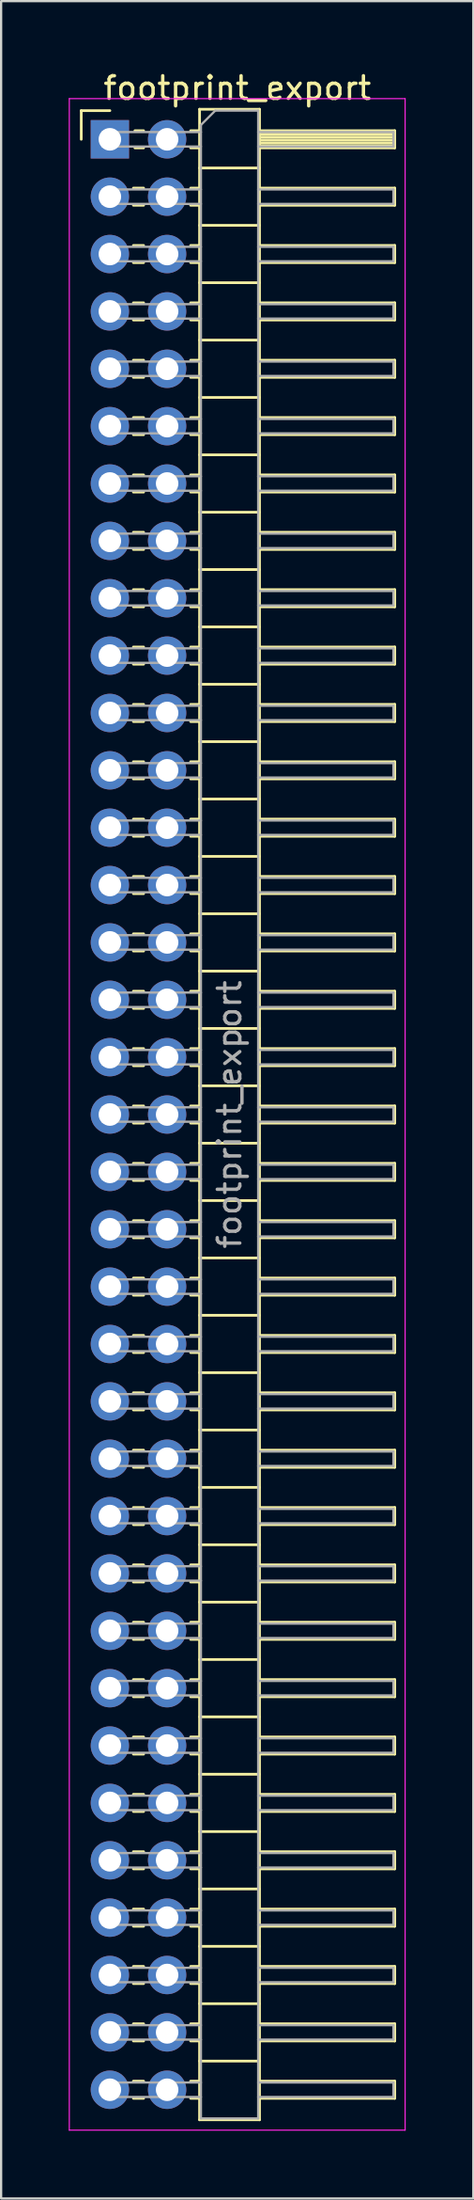
<source format=kicad_pcb>
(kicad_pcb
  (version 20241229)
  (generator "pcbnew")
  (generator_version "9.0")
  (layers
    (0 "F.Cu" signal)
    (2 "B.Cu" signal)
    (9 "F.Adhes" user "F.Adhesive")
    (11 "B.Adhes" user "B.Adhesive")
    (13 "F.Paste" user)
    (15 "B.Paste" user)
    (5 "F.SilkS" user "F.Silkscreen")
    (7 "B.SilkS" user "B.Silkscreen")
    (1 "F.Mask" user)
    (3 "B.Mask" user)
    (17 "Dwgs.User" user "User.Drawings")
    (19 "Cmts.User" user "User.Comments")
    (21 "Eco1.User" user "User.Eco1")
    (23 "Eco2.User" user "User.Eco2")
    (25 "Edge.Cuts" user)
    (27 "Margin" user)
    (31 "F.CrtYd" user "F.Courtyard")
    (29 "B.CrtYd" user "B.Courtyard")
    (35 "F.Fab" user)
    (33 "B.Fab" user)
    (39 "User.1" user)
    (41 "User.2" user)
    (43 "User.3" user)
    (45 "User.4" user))
  (footprint "footprint_export"
    (layer "F.Cu")
    (at 1.825 3.118)
    (property "Reference" "footprint_export" (at 5.655 -2.27 0) (layer "F.SilkS") (effects (font (size 1 1) (thickness 0.15))))
    (attr through_hole)
    (fp_line (start -1.27 -1.27) (end 0 -1.27) (stroke (width 0.12) (type solid)) (layer "F.SilkS"))
    (fp_line (start -1.27 0) (end -1.27 -1.27) (stroke (width 0.12) (type solid)) (layer "F.SilkS"))
    (fp_line (start 1.043 2.16) (end 1.497 2.16) (stroke (width 0.12) (type solid)) (layer "F.SilkS"))
    (fp_line (start 1.043 2.92) (end 1.497 2.92) (stroke (width 0.12) (type solid)) (layer "F.SilkS"))
    (fp_line (start 1.043 4.7) (end 1.497 4.7) (stroke (width 0.12) (type solid)) (layer "F.SilkS"))
    (fp_line (start 1.043 5.46) (end 1.497 5.46) (stroke (width 0.12) (type solid)) (layer "F.SilkS"))
    (fp_line (start 1.043 7.24) (end 1.497 7.24) (stroke (width 0.12) (type solid)) (layer "F.SilkS"))
    (fp_line (start 1.043 8) (end 1.497 8) (stroke (width 0.12) (type solid)) (layer "F.SilkS"))
    (fp_line (start 1.043 9.78) (end 1.497 9.78) (stroke (width 0.12) (type solid)) (layer "F.SilkS"))
    (fp_line (start 1.043 10.54) (end 1.497 10.54) (stroke (width 0.12) (type solid)) (layer "F.SilkS"))
    (fp_line (start 1.043 12.32) (end 1.497 12.32) (stroke (width 0.12) (type solid)) (layer "F.SilkS"))
    (fp_line (start 1.043 13.08) (end 1.497 13.08) (stroke (width 0.12) (type solid)) (layer "F.SilkS"))
    (fp_line (start 1.043 14.86) (end 1.497 14.86) (stroke (width 0.12) (type solid)) (layer "F.SilkS"))
    (fp_line (start 1.043 15.62) (end 1.497 15.62) (stroke (width 0.12) (type solid)) (layer "F.SilkS"))
    (fp_line (start 1.043 17.4) (end 1.497 17.4) (stroke (width 0.12) (type solid)) (layer "F.SilkS"))
    (fp_line (start 1.043 18.16) (end 1.497 18.16) (stroke (width 0.12) (type solid)) (layer "F.SilkS"))
    (fp_line (start 1.043 19.94) (end 1.497 19.94) (stroke (width 0.12) (type solid)) (layer "F.SilkS"))
    (fp_line (start 1.043 20.7) (end 1.497 20.7) (stroke (width 0.12) (type solid)) (layer "F.SilkS"))
    (fp_line (start 1.043 22.48) (end 1.497 22.48) (stroke (width 0.12) (type solid)) (layer "F.SilkS"))
    (fp_line (start 1.043 23.24) (end 1.497 23.24) (stroke (width 0.12) (type solid)) (layer "F.SilkS"))
    (fp_line (start 1.043 25.02) (end 1.497 25.02) (stroke (width 0.12) (type solid)) (layer "F.SilkS"))
    (fp_line (start 1.043 25.78) (end 1.497 25.78) (stroke (width 0.12) (type solid)) (layer "F.SilkS"))
    (fp_line (start 1.043 27.56) (end 1.497 27.56) (stroke (width 0.12) (type solid)) (layer "F.SilkS"))
    (fp_line (start 1.043 28.32) (end 1.497 28.32) (stroke (width 0.12) (type solid)) (layer "F.SilkS"))
    (fp_line (start 1.043 30.1) (end 1.497 30.1) (stroke (width 0.12) (type solid)) (layer "F.SilkS"))
    (fp_line (start 1.043 30.86) (end 1.497 30.86) (stroke (width 0.12) (type solid)) (layer "F.SilkS"))
    (fp_line (start 1.043 32.64) (end 1.497 32.64) (stroke (width 0.12) (type solid)) (layer "F.SilkS"))
    (fp_line (start 1.043 33.4) (end 1.497 33.4) (stroke (width 0.12) (type solid)) (layer "F.SilkS"))
    (fp_line (start 1.043 35.18) (end 1.497 35.18) (stroke (width 0.12) (type solid)) (layer "F.SilkS"))
    (fp_line (start 1.043 35.94) (end 1.497 35.94) (stroke (width 0.12) (type solid)) (layer "F.SilkS"))
    (fp_line (start 1.043 37.72) (end 1.497 37.72) (stroke (width 0.12) (type solid)) (layer "F.SilkS"))
    (fp_line (start 1.043 38.48) (end 1.497 38.48) (stroke (width 0.12) (type solid)) (layer "F.SilkS"))
    (fp_line (start 1.043 40.26) (end 1.497 40.26) (stroke (width 0.12) (type solid)) (layer "F.SilkS"))
    (fp_line (start 1.043 41.02) (end 1.497 41.02) (stroke (width 0.12) (type solid)) (layer "F.SilkS"))
    (fp_line (start 1.043 42.8) (end 1.497 42.8) (stroke (width 0.12) (type solid)) (layer "F.SilkS"))
    (fp_line (start 1.043 43.56) (end 1.497 43.56) (stroke (width 0.12) (type solid)) (layer "F.SilkS"))
    (fp_line (start 1.043 45.34) (end 1.497 45.34) (stroke (width 0.12) (type solid)) (layer "F.SilkS"))
    (fp_line (start 1.043 46.1) (end 1.497 46.1) (stroke (width 0.12) (type solid)) (layer "F.SilkS"))
    (fp_line (start 1.043 47.88) (end 1.497 47.88) (stroke (width 0.12) (type solid)) (layer "F.SilkS"))
    (fp_line (start 1.043 48.64) (end 1.497 48.64) (stroke (width 0.12) (type solid)) (layer "F.SilkS"))
    (fp_line (start 1.043 50.42) (end 1.497 50.42) (stroke (width 0.12) (type solid)) (layer "F.SilkS"))
    (fp_line (start 1.043 51.18) (end 1.497 51.18) (stroke (width 0.12) (type solid)) (layer "F.SilkS"))
    (fp_line (start 1.043 52.96) (end 1.497 52.96) (stroke (width 0.12) (type solid)) (layer "F.SilkS"))
    (fp_line (start 1.043 53.72) (end 1.497 53.72) (stroke (width 0.12) (type solid)) (layer "F.SilkS"))
    (fp_line (start 1.043 55.5) (end 1.497 55.5) (stroke (width 0.12) (type solid)) (layer "F.SilkS"))
    (fp_line (start 1.043 56.26) (end 1.497 56.26) (stroke (width 0.12) (type solid)) (layer "F.SilkS"))
    (fp_line (start 1.043 58.04) (end 1.497 58.04) (stroke (width 0.12) (type solid)) (layer "F.SilkS"))
    (fp_line (start 1.043 58.8) (end 1.497 58.8) (stroke (width 0.12) (type solid)) (layer "F.SilkS"))
    (fp_line (start 1.043 60.58) (end 1.497 60.58) (stroke (width 0.12) (type solid)) (layer "F.SilkS"))
    (fp_line (start 1.043 61.34) (end 1.497 61.34) (stroke (width 0.12) (type solid)) (layer "F.SilkS"))
    (fp_line (start 1.043 63.12) (end 1.497 63.12) (stroke (width 0.12) (type solid)) (layer "F.SilkS"))
    (fp_line (start 1.043 63.88) (end 1.497 63.88) (stroke (width 0.12) (type solid)) (layer "F.SilkS"))
    (fp_line (start 1.043 65.66) (end 1.497 65.66) (stroke (width 0.12) (type solid)) (layer "F.SilkS"))
    (fp_line (start 1.043 66.42) (end 1.497 66.42) (stroke (width 0.12) (type solid)) (layer "F.SilkS"))
    (fp_line (start 1.043 68.2) (end 1.497 68.2) (stroke (width 0.12) (type solid)) (layer "F.SilkS"))
    (fp_line (start 1.043 68.96) (end 1.497 68.96) (stroke (width 0.12) (type solid)) (layer "F.SilkS"))
    (fp_line (start 1.043 70.74) (end 1.497 70.74) (stroke (width 0.12) (type solid)) (layer "F.SilkS"))
    (fp_line (start 1.043 71.5) (end 1.497 71.5) (stroke (width 0.12) (type solid)) (layer "F.SilkS"))
    (fp_line (start 1.043 73.28) (end 1.497 73.28) (stroke (width 0.12) (type solid)) (layer "F.SilkS"))
    (fp_line (start 1.043 74.04) (end 1.497 74.04) (stroke (width 0.12) (type solid)) (layer "F.SilkS"))
    (fp_line (start 1.043 75.82) (end 1.497 75.82) (stroke (width 0.12) (type solid)) (layer "F.SilkS"))
    (fp_line (start 1.043 76.58) (end 1.497 76.58) (stroke (width 0.12) (type solid)) (layer "F.SilkS"))
    (fp_line (start 1.043 78.36) (end 1.497 78.36) (stroke (width 0.12) (type solid)) (layer "F.SilkS"))
    (fp_line (start 1.043 79.12) (end 1.497 79.12) (stroke (width 0.12) (type solid)) (layer "F.SilkS"))
    (fp_line (start 1.043 80.9) (end 1.497 80.9) (stroke (width 0.12) (type solid)) (layer "F.SilkS"))
    (fp_line (start 1.043 81.66) (end 1.497 81.66) (stroke (width 0.12) (type solid)) (layer "F.SilkS"))
    (fp_line (start 1.043 83.44) (end 1.497 83.44) (stroke (width 0.12) (type solid)) (layer "F.SilkS"))
    (fp_line (start 1.043 84.2) (end 1.497 84.2) (stroke (width 0.12) (type solid)) (layer "F.SilkS"))
    (fp_line (start 1.043 85.98) (end 1.497 85.98) (stroke (width 0.12) (type solid)) (layer "F.SilkS"))
    (fp_line (start 1.043 86.74) (end 1.497 86.74) (stroke (width 0.12) (type solid)) (layer "F.SilkS"))
    (fp_line (start 1.11 -0.38) (end 1.497 -0.38) (stroke (width 0.12) (type solid)) (layer "F.SilkS"))
    (fp_line (start 1.11 0.38) (end 1.497 0.38) (stroke (width 0.12) (type solid)) (layer "F.SilkS"))
    (fp_line (start 3.583 -0.38) (end 3.98 -0.38) (stroke (width 0.12) (type solid)) (layer "F.SilkS"))
    (fp_line (start 3.583 0.38) (end 3.98 0.38) (stroke (width 0.12) (type solid)) (layer "F.SilkS"))
    (fp_line (start 3.583 2.16) (end 3.98 2.16) (stroke (width 0.12) (type solid)) (layer "F.SilkS"))
    (fp_line (start 3.583 2.92) (end 3.98 2.92) (stroke (width 0.12) (type solid)) (layer "F.SilkS"))
    (fp_line (start 3.583 4.7) (end 3.98 4.7) (stroke (width 0.12) (type solid)) (layer "F.SilkS"))
    (fp_line (start 3.583 5.46) (end 3.98 5.46) (stroke (width 0.12) (type solid)) (layer "F.SilkS"))
    (fp_line (start 3.583 7.24) (end 3.98 7.24) (stroke (width 0.12) (type solid)) (layer "F.SilkS"))
    (fp_line (start 3.583 8) (end 3.98 8) (stroke (width 0.12) (type solid)) (layer "F.SilkS"))
    (fp_line (start 3.583 9.78) (end 3.98 9.78) (stroke (width 0.12) (type solid)) (layer "F.SilkS"))
    (fp_line (start 3.583 10.54) (end 3.98 10.54) (stroke (width 0.12) (type solid)) (layer "F.SilkS"))
    (fp_line (start 3.583 12.32) (end 3.98 12.32) (stroke (width 0.12) (type solid)) (layer "F.SilkS"))
    (fp_line (start 3.583 13.08) (end 3.98 13.08) (stroke (width 0.12) (type solid)) (layer "F.SilkS"))
    (fp_line (start 3.583 14.86) (end 3.98 14.86) (stroke (width 0.12) (type solid)) (layer "F.SilkS"))
    (fp_line (start 3.583 15.62) (end 3.98 15.62) (stroke (width 0.12) (type solid)) (layer "F.SilkS"))
    (fp_line (start 3.583 17.4) (end 3.98 17.4) (stroke (width 0.12) (type solid)) (layer "F.SilkS"))
    (fp_line (start 3.583 18.16) (end 3.98 18.16) (stroke (width 0.12) (type solid)) (layer "F.SilkS"))
    (fp_line (start 3.583 19.94) (end 3.98 19.94) (stroke (width 0.12) (type solid)) (layer "F.SilkS"))
    (fp_line (start 3.583 20.7) (end 3.98 20.7) (stroke (width 0.12) (type solid)) (layer "F.SilkS"))
    (fp_line (start 3.583 22.48) (end 3.98 22.48) (stroke (width 0.12) (type solid)) (layer "F.SilkS"))
    (fp_line (start 3.583 23.24) (end 3.98 23.24) (stroke (width 0.12) (type solid)) (layer "F.SilkS"))
    (fp_line (start 3.583 25.02) (end 3.98 25.02) (stroke (width 0.12) (type solid)) (layer "F.SilkS"))
    (fp_line (start 3.583 25.78) (end 3.98 25.78) (stroke (width 0.12) (type solid)) (layer "F.SilkS"))
    (fp_line (start 3.583 27.56) (end 3.98 27.56) (stroke (width 0.12) (type solid)) (layer "F.SilkS"))
    (fp_line (start 3.583 28.32) (end 3.98 28.32) (stroke (width 0.12) (type solid)) (layer "F.SilkS"))
    (fp_line (start 3.583 30.1) (end 3.98 30.1) (stroke (width 0.12) (type solid)) (layer "F.SilkS"))
    (fp_line (start 3.583 30.86) (end 3.98 30.86) (stroke (width 0.12) (type solid)) (layer "F.SilkS"))
    (fp_line (start 3.583 32.64) (end 3.98 32.64) (stroke (width 0.12) (type solid)) (layer "F.SilkS"))
    (fp_line (start 3.583 33.4) (end 3.98 33.4) (stroke (width 0.12) (type solid)) (layer "F.SilkS"))
    (fp_line (start 3.583 35.18) (end 3.98 35.18) (stroke (width 0.12) (type solid)) (layer "F.SilkS"))
    (fp_line (start 3.583 35.94) (end 3.98 35.94) (stroke (width 0.12) (type solid)) (layer "F.SilkS"))
    (fp_line (start 3.583 37.72) (end 3.98 37.72) (stroke (width 0.12) (type solid)) (layer "F.SilkS"))
    (fp_line (start 3.583 38.48) (end 3.98 38.48) (stroke (width 0.12) (type solid)) (layer "F.SilkS"))
    (fp_line (start 3.583 40.26) (end 3.98 40.26) (stroke (width 0.12) (type solid)) (layer "F.SilkS"))
    (fp_line (start 3.583 41.02) (end 3.98 41.02) (stroke (width 0.12) (type solid)) (layer "F.SilkS"))
    (fp_line (start 3.583 42.8) (end 3.98 42.8) (stroke (width 0.12) (type solid)) (layer "F.SilkS"))
    (fp_line (start 3.583 43.56) (end 3.98 43.56) (stroke (width 0.12) (type solid)) (layer "F.SilkS"))
    (fp_line (start 3.583 45.34) (end 3.98 45.34) (stroke (width 0.12) (type solid)) (layer "F.SilkS"))
    (fp_line (start 3.583 46.1) (end 3.98 46.1) (stroke (width 0.12) (type solid)) (layer "F.SilkS"))
    (fp_line (start 3.583 47.88) (end 3.98 47.88) (stroke (width 0.12) (type solid)) (layer "F.SilkS"))
    (fp_line (start 3.583 48.64) (end 3.98 48.64) (stroke (width 0.12) (type solid)) (layer "F.SilkS"))
    (fp_line (start 3.583 50.42) (end 3.98 50.42) (stroke (width 0.12) (type solid)) (layer "F.SilkS"))
    (fp_line (start 3.583 51.18) (end 3.98 51.18) (stroke (width 0.12) (type solid)) (layer "F.SilkS"))
    (fp_line (start 3.583 52.96) (end 3.98 52.96) (stroke (width 0.12) (type solid)) (layer "F.SilkS"))
    (fp_line (start 3.583 53.72) (end 3.98 53.72) (stroke (width 0.12) (type solid)) (layer "F.SilkS"))
    (fp_line (start 3.583 55.5) (end 3.98 55.5) (stroke (width 0.12) (type solid)) (layer "F.SilkS"))
    (fp_line (start 3.583 56.26) (end 3.98 56.26) (stroke (width 0.12) (type solid)) (layer "F.SilkS"))
    (fp_line (start 3.583 58.04) (end 3.98 58.04) (stroke (width 0.12) (type solid)) (layer "F.SilkS"))
    (fp_line (start 3.583 58.8) (end 3.98 58.8) (stroke (width 0.12) (type solid)) (layer "F.SilkS"))
    (fp_line (start 3.583 60.58) (end 3.98 60.58) (stroke (width 0.12) (type solid)) (layer "F.SilkS"))
    (fp_line (start 3.583 61.34) (end 3.98 61.34) (stroke (width 0.12) (type solid)) (layer "F.SilkS"))
    (fp_line (start 3.583 63.12) (end 3.98 63.12) (stroke (width 0.12) (type solid)) (layer "F.SilkS"))
    (fp_line (start 3.583 63.88) (end 3.98 63.88) (stroke (width 0.12) (type solid)) (layer "F.SilkS"))
    (fp_line (start 3.583 65.66) (end 3.98 65.66) (stroke (width 0.12) (type solid)) (layer "F.SilkS"))
    (fp_line (start 3.583 66.42) (end 3.98 66.42) (stroke (width 0.12) (type solid)) (layer "F.SilkS"))
    (fp_line (start 3.583 68.2) (end 3.98 68.2) (stroke (width 0.12) (type solid)) (layer "F.SilkS"))
    (fp_line (start 3.583 68.96) (end 3.98 68.96) (stroke (width 0.12) (type solid)) (layer "F.SilkS"))
    (fp_line (start 3.583 70.74) (end 3.98 70.74) (stroke (width 0.12) (type solid)) (layer "F.SilkS"))
    (fp_line (start 3.583 71.5) (end 3.98 71.5) (stroke (width 0.12) (type solid)) (layer "F.SilkS"))
    (fp_line (start 3.583 73.28) (end 3.98 73.28) (stroke (width 0.12) (type solid)) (layer "F.SilkS"))
    (fp_line (start 3.583 74.04) (end 3.98 74.04) (stroke (width 0.12) (type solid)) (layer "F.SilkS"))
    (fp_line (start 3.583 75.82) (end 3.98 75.82) (stroke (width 0.12) (type solid)) (layer "F.SilkS"))
    (fp_line (start 3.583 76.58) (end 3.98 76.58) (stroke (width 0.12) (type solid)) (layer "F.SilkS"))
    (fp_line (start 3.583 78.36) (end 3.98 78.36) (stroke (width 0.12) (type solid)) (layer "F.SilkS"))
    (fp_line (start 3.583 79.12) (end 3.98 79.12) (stroke (width 0.12) (type solid)) (layer "F.SilkS"))
    (fp_line (start 3.583 80.9) (end 3.98 80.9) (stroke (width 0.12) (type solid)) (layer "F.SilkS"))
    (fp_line (start 3.583 81.66) (end 3.98 81.66) (stroke (width 0.12) (type solid)) (layer "F.SilkS"))
    (fp_line (start 3.583 83.44) (end 3.98 83.44) (stroke (width 0.12) (type solid)) (layer "F.SilkS"))
    (fp_line (start 3.583 84.2) (end 3.98 84.2) (stroke (width 0.12) (type solid)) (layer "F.SilkS"))
    (fp_line (start 3.583 85.98) (end 3.98 85.98) (stroke (width 0.12) (type solid)) (layer "F.SilkS"))
    (fp_line (start 3.583 86.74) (end 3.98 86.74) (stroke (width 0.12) (type solid)) (layer "F.SilkS"))
    (fp_line (start 3.98 -1.33) (end 3.98 87.69) (stroke (width 0.12) (type solid)) (layer "F.SilkS"))
    (fp_line (start 3.98 1.27) (end 6.64 1.27) (stroke (width 0.12) (type solid)) (layer "F.SilkS"))
    (fp_line (start 3.98 3.81) (end 6.64 3.81) (stroke (width 0.12) (type solid)) (layer "F.SilkS"))
    (fp_line (start 3.98 6.35) (end 6.64 6.35) (stroke (width 0.12) (type solid)) (layer "F.SilkS"))
    (fp_line (start 3.98 8.89) (end 6.64 8.89) (stroke (width 0.12) (type solid)) (layer "F.SilkS"))
    (fp_line (start 3.98 11.43) (end 6.64 11.43) (stroke (width 0.12) (type solid)) (layer "F.SilkS"))
    (fp_line (start 3.98 13.97) (end 6.64 13.97) (stroke (width 0.12) (type solid)) (layer "F.SilkS"))
    (fp_line (start 3.98 16.51) (end 6.64 16.51) (stroke (width 0.12) (type solid)) (layer "F.SilkS"))
    (fp_line (start 3.98 19.05) (end 6.64 19.05) (stroke (width 0.12) (type solid)) (layer "F.SilkS"))
    (fp_line (start 3.98 21.59) (end 6.64 21.59) (stroke (width 0.12) (type solid)) (layer "F.SilkS"))
    (fp_line (start 3.98 24.13) (end 6.64 24.13) (stroke (width 0.12) (type solid)) (layer "F.SilkS"))
    (fp_line (start 3.98 26.67) (end 6.64 26.67) (stroke (width 0.12) (type solid)) (layer "F.SilkS"))
    (fp_line (start 3.98 29.21) (end 6.64 29.21) (stroke (width 0.12) (type solid)) (layer "F.SilkS"))
    (fp_line (start 3.98 31.75) (end 6.64 31.75) (stroke (width 0.12) (type solid)) (layer "F.SilkS"))
    (fp_line (start 3.98 34.29) (end 6.64 34.29) (stroke (width 0.12) (type solid)) (layer "F.SilkS"))
    (fp_line (start 3.98 36.83) (end 6.64 36.83) (stroke (width 0.12) (type solid)) (layer "F.SilkS"))
    (fp_line (start 3.98 39.37) (end 6.64 39.37) (stroke (width 0.12) (type solid)) (layer "F.SilkS"))
    (fp_line (start 3.98 41.91) (end 6.64 41.91) (stroke (width 0.12) (type solid)) (layer "F.SilkS"))
    (fp_line (start 3.98 44.45) (end 6.64 44.45) (stroke (width 0.12) (type solid)) (layer "F.SilkS"))
    (fp_line (start 3.98 46.99) (end 6.64 46.99) (stroke (width 0.12) (type solid)) (layer "F.SilkS"))
    (fp_line (start 3.98 49.53) (end 6.64 49.53) (stroke (width 0.12) (type solid)) (layer "F.SilkS"))
    (fp_line (start 3.98 52.07) (end 6.64 52.07) (stroke (width 0.12) (type solid)) (layer "F.SilkS"))
    (fp_line (start 3.98 54.61) (end 6.64 54.61) (stroke (width 0.12) (type solid)) (layer "F.SilkS"))
    (fp_line (start 3.98 57.15) (end 6.64 57.15) (stroke (width 0.12) (type solid)) (layer "F.SilkS"))
    (fp_line (start 3.98 59.69) (end 6.64 59.69) (stroke (width 0.12) (type solid)) (layer "F.SilkS"))
    (fp_line (start 3.98 62.23) (end 6.64 62.23) (stroke (width 0.12) (type solid)) (layer "F.SilkS"))
    (fp_line (start 3.98 64.77) (end 6.64 64.77) (stroke (width 0.12) (type solid)) (layer "F.SilkS"))
    (fp_line (start 3.98 67.31) (end 6.64 67.31) (stroke (width 0.12) (type solid)) (layer "F.SilkS"))
    (fp_line (start 3.98 69.85) (end 6.64 69.85) (stroke (width 0.12) (type solid)) (layer "F.SilkS"))
    (fp_line (start 3.98 72.39) (end 6.64 72.39) (stroke (width 0.12) (type solid)) (layer "F.SilkS"))
    (fp_line (start 3.98 74.93) (end 6.64 74.93) (stroke (width 0.12) (type solid)) (layer "F.SilkS"))
    (fp_line (start 3.98 77.47) (end 6.64 77.47) (stroke (width 0.12) (type solid)) (layer "F.SilkS"))
    (fp_line (start 3.98 80.01) (end 6.64 80.01) (stroke (width 0.12) (type solid)) (layer "F.SilkS"))
    (fp_line (start 3.98 82.55) (end 6.64 82.55) (stroke (width 0.12) (type solid)) (layer "F.SilkS"))
    (fp_line (start 3.98 85.09) (end 6.64 85.09) (stroke (width 0.12) (type solid)) (layer "F.SilkS"))
    (fp_line (start 3.98 87.69) (end 6.64 87.69) (stroke (width 0.12) (type solid)) (layer "F.SilkS"))
    (fp_line (start 6.64 -1.33) (end 3.98 -1.33) (stroke (width 0.12) (type solid)) (layer "F.SilkS"))
    (fp_line (start 6.64 -0.38) (end 12.64 -0.38) (stroke (width 0.12) (type solid)) (layer "F.SilkS"))
    (fp_line (start 6.64 -0.32) (end 12.64 -0.32) (stroke (width 0.12) (type solid)) (layer "F.SilkS"))
    (fp_line (start 6.64 -0.2) (end 12.64 -0.2) (stroke (width 0.12) (type solid)) (layer "F.SilkS"))
    (fp_line (start 6.64 -0.08) (end 12.64 -0.08) (stroke (width 0.12) (type solid)) (layer "F.SilkS"))
    (fp_line (start 6.64 0.04) (end 12.64 0.04) (stroke (width 0.12) (type solid)) (layer "F.SilkS"))
    (fp_line (start 6.64 0.16) (end 12.64 0.16) (stroke (width 0.12) (type solid)) (layer "F.SilkS"))
    (fp_line (start 6.64 0.28) (end 12.64 0.28) (stroke (width 0.12) (type solid)) (layer "F.SilkS"))
    (fp_line (start 6.64 2.16) (end 12.64 2.16) (stroke (width 0.12) (type solid)) (layer "F.SilkS"))
    (fp_line (start 6.64 4.7) (end 12.64 4.7) (stroke (width 0.12) (type solid)) (layer "F.SilkS"))
    (fp_line (start 6.64 7.24) (end 12.64 7.24) (stroke (width 0.12) (type solid)) (layer "F.SilkS"))
    (fp_line (start 6.64 9.78) (end 12.64 9.78) (stroke (width 0.12) (type solid)) (layer "F.SilkS"))
    (fp_line (start 6.64 12.32) (end 12.64 12.32) (stroke (width 0.12) (type solid)) (layer "F.SilkS"))
    (fp_line (start 6.64 14.86) (end 12.64 14.86) (stroke (width 0.12) (type solid)) (layer "F.SilkS"))
    (fp_line (start 6.64 17.4) (end 12.64 17.4) (stroke (width 0.12) (type solid)) (layer "F.SilkS"))
    (fp_line (start 6.64 19.94) (end 12.64 19.94) (stroke (width 0.12) (type solid)) (layer "F.SilkS"))
    (fp_line (start 6.64 22.48) (end 12.64 22.48) (stroke (width 0.12) (type solid)) (layer "F.SilkS"))
    (fp_line (start 6.64 25.02) (end 12.64 25.02) (stroke (width 0.12) (type solid)) (layer "F.SilkS"))
    (fp_line (start 6.64 27.56) (end 12.64 27.56) (stroke (width 0.12) (type solid)) (layer "F.SilkS"))
    (fp_line (start 6.64 30.1) (end 12.64 30.1) (stroke (width 0.12) (type solid)) (layer "F.SilkS"))
    (fp_line (start 6.64 32.64) (end 12.64 32.64) (stroke (width 0.12) (type solid)) (layer "F.SilkS"))
    (fp_line (start 6.64 35.18) (end 12.64 35.18) (stroke (width 0.12) (type solid)) (layer "F.SilkS"))
    (fp_line (start 6.64 37.72) (end 12.64 37.72) (stroke (width 0.12) (type solid)) (layer "F.SilkS"))
    (fp_line (start 6.64 40.26) (end 12.64 40.26) (stroke (width 0.12) (type solid)) (layer "F.SilkS"))
    (fp_line (start 6.64 42.8) (end 12.64 42.8) (stroke (width 0.12) (type solid)) (layer "F.SilkS"))
    (fp_line (start 6.64 45.34) (end 12.64 45.34) (stroke (width 0.12) (type solid)) (layer "F.SilkS"))
    (fp_line (start 6.64 47.88) (end 12.64 47.88) (stroke (width 0.12) (type solid)) (layer "F.SilkS"))
    (fp_line (start 6.64 50.42) (end 12.64 50.42) (stroke (width 0.12) (type solid)) (layer "F.SilkS"))
    (fp_line (start 6.64 52.96) (end 12.64 52.96) (stroke (width 0.12) (type solid)) (layer "F.SilkS"))
    (fp_line (start 6.64 55.5) (end 12.64 55.5) (stroke (width 0.12) (type solid)) (layer "F.SilkS"))
    (fp_line (start 6.64 58.04) (end 12.64 58.04) (stroke (width 0.12) (type solid)) (layer "F.SilkS"))
    (fp_line (start 6.64 60.58) (end 12.64 60.58) (stroke (width 0.12) (type solid)) (layer "F.SilkS"))
    (fp_line (start 6.64 63.12) (end 12.64 63.12) (stroke (width 0.12) (type solid)) (layer "F.SilkS"))
    (fp_line (start 6.64 65.66) (end 12.64 65.66) (stroke (width 0.12) (type solid)) (layer "F.SilkS"))
    (fp_line (start 6.64 68.2) (end 12.64 68.2) (stroke (width 0.12) (type solid)) (layer "F.SilkS"))
    (fp_line (start 6.64 70.74) (end 12.64 70.74) (stroke (width 0.12) (type solid)) (layer "F.SilkS"))
    (fp_line (start 6.64 73.28) (end 12.64 73.28) (stroke (width 0.12) (type solid)) (layer "F.SilkS"))
    (fp_line (start 6.64 75.82) (end 12.64 75.82) (stroke (width 0.12) (type solid)) (layer "F.SilkS"))
    (fp_line (start 6.64 78.36) (end 12.64 78.36) (stroke (width 0.12) (type solid)) (layer "F.SilkS"))
    (fp_line (start 6.64 80.9) (end 12.64 80.9) (stroke (width 0.12) (type solid)) (layer "F.SilkS"))
    (fp_line (start 6.64 83.44) (end 12.64 83.44) (stroke (width 0.12) (type solid)) (layer "F.SilkS"))
    (fp_line (start 6.64 85.98) (end 12.64 85.98) (stroke (width 0.12) (type solid)) (layer "F.SilkS"))
    (fp_line (start 6.64 87.69) (end 6.64 -1.33) (stroke (width 0.12) (type solid)) (layer "F.SilkS"))
    (fp_line (start 12.64 -0.38) (end 12.64 0.38) (stroke (width 0.12) (type solid)) (layer "F.SilkS"))
    (fp_line (start 12.64 0.38) (end 6.64 0.38) (stroke (width 0.12) (type solid)) (layer "F.SilkS"))
    (fp_line (start 12.64 2.16) (end 12.64 2.92) (stroke (width 0.12) (type solid)) (layer "F.SilkS"))
    (fp_line (start 12.64 2.92) (end 6.64 2.92) (stroke (width 0.12) (type solid)) (layer "F.SilkS"))
    (fp_line (start 12.64 4.7) (end 12.64 5.46) (stroke (width 0.12) (type solid)) (layer "F.SilkS"))
    (fp_line (start 12.64 5.46) (end 6.64 5.46) (stroke (width 0.12) (type solid)) (layer "F.SilkS"))
    (fp_line (start 12.64 7.24) (end 12.64 8) (stroke (width 0.12) (type solid)) (layer "F.SilkS"))
    (fp_line (start 12.64 8) (end 6.64 8) (stroke (width 0.12) (type solid)) (layer "F.SilkS"))
    (fp_line (start 12.64 9.78) (end 12.64 10.54) (stroke (width 0.12) (type solid)) (layer "F.SilkS"))
    (fp_line (start 12.64 10.54) (end 6.64 10.54) (stroke (width 0.12) (type solid)) (layer "F.SilkS"))
    (fp_line (start 12.64 12.32) (end 12.64 13.08) (stroke (width 0.12) (type solid)) (layer "F.SilkS"))
    (fp_line (start 12.64 13.08) (end 6.64 13.08) (stroke (width 0.12) (type solid)) (layer "F.SilkS"))
    (fp_line (start 12.64 14.86) (end 12.64 15.62) (stroke (width 0.12) (type solid)) (layer "F.SilkS"))
    (fp_line (start 12.64 15.62) (end 6.64 15.62) (stroke (width 0.12) (type solid)) (layer "F.SilkS"))
    (fp_line (start 12.64 17.4) (end 12.64 18.16) (stroke (width 0.12) (type solid)) (layer "F.SilkS"))
    (fp_line (start 12.64 18.16) (end 6.64 18.16) (stroke (width 0.12) (type solid)) (layer "F.SilkS"))
    (fp_line (start 12.64 19.94) (end 12.64 20.7) (stroke (width 0.12) (type solid)) (layer "F.SilkS"))
    (fp_line (start 12.64 20.7) (end 6.64 20.7) (stroke (width 0.12) (type solid)) (layer "F.SilkS"))
    (fp_line (start 12.64 22.48) (end 12.64 23.24) (stroke (width 0.12) (type solid)) (layer "F.SilkS"))
    (fp_line (start 12.64 23.24) (end 6.64 23.24) (stroke (width 0.12) (type solid)) (layer "F.SilkS"))
    (fp_line (start 12.64 25.02) (end 12.64 25.78) (stroke (width 0.12) (type solid)) (layer "F.SilkS"))
    (fp_line (start 12.64 25.78) (end 6.64 25.78) (stroke (width 0.12) (type solid)) (layer "F.SilkS"))
    (fp_line (start 12.64 27.56) (end 12.64 28.32) (stroke (width 0.12) (type solid)) (layer "F.SilkS"))
    (fp_line (start 12.64 28.32) (end 6.64 28.32) (stroke (width 0.12) (type solid)) (layer "F.SilkS"))
    (fp_line (start 12.64 30.1) (end 12.64 30.86) (stroke (width 0.12) (type solid)) (layer "F.SilkS"))
    (fp_line (start 12.64 30.86) (end 6.64 30.86) (stroke (width 0.12) (type solid)) (layer "F.SilkS"))
    (fp_line (start 12.64 32.64) (end 12.64 33.4) (stroke (width 0.12) (type solid)) (layer "F.SilkS"))
    (fp_line (start 12.64 33.4) (end 6.64 33.4) (stroke (width 0.12) (type solid)) (layer "F.SilkS"))
    (fp_line (start 12.64 35.18) (end 12.64 35.94) (stroke (width 0.12) (type solid)) (layer "F.SilkS"))
    (fp_line (start 12.64 35.94) (end 6.64 35.94) (stroke (width 0.12) (type solid)) (layer "F.SilkS"))
    (fp_line (start 12.64 37.72) (end 12.64 38.48) (stroke (width 0.12) (type solid)) (layer "F.SilkS"))
    (fp_line (start 12.64 38.48) (end 6.64 38.48) (stroke (width 0.12) (type solid)) (layer "F.SilkS"))
    (fp_line (start 12.64 40.26) (end 12.64 41.02) (stroke (width 0.12) (type solid)) (layer "F.SilkS"))
    (fp_line (start 12.64 41.02) (end 6.64 41.02) (stroke (width 0.12) (type solid)) (layer "F.SilkS"))
    (fp_line (start 12.64 42.8) (end 12.64 43.56) (stroke (width 0.12) (type solid)) (layer "F.SilkS"))
    (fp_line (start 12.64 43.56) (end 6.64 43.56) (stroke (width 0.12) (type solid)) (layer "F.SilkS"))
    (fp_line (start 12.64 45.34) (end 12.64 46.1) (stroke (width 0.12) (type solid)) (layer "F.SilkS"))
    (fp_line (start 12.64 46.1) (end 6.64 46.1) (stroke (width 0.12) (type solid)) (layer "F.SilkS"))
    (fp_line (start 12.64 47.88) (end 12.64 48.64) (stroke (width 0.12) (type solid)) (layer "F.SilkS"))
    (fp_line (start 12.64 48.64) (end 6.64 48.64) (stroke (width 0.12) (type solid)) (layer "F.SilkS"))
    (fp_line (start 12.64 50.42) (end 12.64 51.18) (stroke (width 0.12) (type solid)) (layer "F.SilkS"))
    (fp_line (start 12.64 51.18) (end 6.64 51.18) (stroke (width 0.12) (type solid)) (layer "F.SilkS"))
    (fp_line (start 12.64 52.96) (end 12.64 53.72) (stroke (width 0.12) (type solid)) (layer "F.SilkS"))
    (fp_line (start 12.64 53.72) (end 6.64 53.72) (stroke (width 0.12) (type solid)) (layer "F.SilkS"))
    (fp_line (start 12.64 55.5) (end 12.64 56.26) (stroke (width 0.12) (type solid)) (layer "F.SilkS"))
    (fp_line (start 12.64 56.26) (end 6.64 56.26) (stroke (width 0.12) (type solid)) (layer "F.SilkS"))
    (fp_line (start 12.64 58.04) (end 12.64 58.8) (stroke (width 0.12) (type solid)) (layer "F.SilkS"))
    (fp_line (start 12.64 58.8) (end 6.64 58.8) (stroke (width 0.12) (type solid)) (layer "F.SilkS"))
    (fp_line (start 12.64 60.58) (end 12.64 61.34) (stroke (width 0.12) (type solid)) (layer "F.SilkS"))
    (fp_line (start 12.64 61.34) (end 6.64 61.34) (stroke (width 0.12) (type solid)) (layer "F.SilkS"))
    (fp_line (start 12.64 63.12) (end 12.64 63.88) (stroke (width 0.12) (type solid)) (layer "F.SilkS"))
    (fp_line (start 12.64 63.88) (end 6.64 63.88) (stroke (width 0.12) (type solid)) (layer "F.SilkS"))
    (fp_line (start 12.64 65.66) (end 12.64 66.42) (stroke (width 0.12) (type solid)) (layer "F.SilkS"))
    (fp_line (start 12.64 66.42) (end 6.64 66.42) (stroke (width 0.12) (type solid)) (layer "F.SilkS"))
    (fp_line (start 12.64 68.2) (end 12.64 68.96) (stroke (width 0.12) (type solid)) (layer "F.SilkS"))
    (fp_line (start 12.64 68.96) (end 6.64 68.96) (stroke (width 0.12) (type solid)) (layer "F.SilkS"))
    (fp_line (start 12.64 70.74) (end 12.64 71.5) (stroke (width 0.12) (type solid)) (layer "F.SilkS"))
    (fp_line (start 12.64 71.5) (end 6.64 71.5) (stroke (width 0.12) (type solid)) (layer "F.SilkS"))
    (fp_line (start 12.64 73.28) (end 12.64 74.04) (stroke (width 0.12) (type solid)) (layer "F.SilkS"))
    (fp_line (start 12.64 74.04) (end 6.64 74.04) (stroke (width 0.12) (type solid)) (layer "F.SilkS"))
    (fp_line (start 12.64 75.82) (end 12.64 76.58) (stroke (width 0.12) (type solid)) (layer "F.SilkS"))
    (fp_line (start 12.64 76.58) (end 6.64 76.58) (stroke (width 0.12) (type solid)) (layer "F.SilkS"))
    (fp_line (start 12.64 78.36) (end 12.64 79.12) (stroke (width 0.12) (type solid)) (layer "F.SilkS"))
    (fp_line (start 12.64 79.12) (end 6.64 79.12) (stroke (width 0.12) (type solid)) (layer "F.SilkS"))
    (fp_line (start 12.64 80.9) (end 12.64 81.66) (stroke (width 0.12) (type solid)) (layer "F.SilkS"))
    (fp_line (start 12.64 81.66) (end 6.64 81.66) (stroke (width 0.12) (type solid)) (layer "F.SilkS"))
    (fp_line (start 12.64 83.44) (end 12.64 84.2) (stroke (width 0.12) (type solid)) (layer "F.SilkS"))
    (fp_line (start 12.64 84.2) (end 6.64 84.2) (stroke (width 0.12) (type solid)) (layer "F.SilkS"))
    (fp_line (start 12.64 85.98) (end 12.64 86.74) (stroke (width 0.12) (type solid)) (layer "F.SilkS"))
    (fp_line (start 12.64 86.74) (end 6.64 86.74) (stroke (width 0.12) (type solid)) (layer "F.SilkS"))
    (fp_line (start -1.8 -1.8) (end -1.8 88.15) (stroke (width 0.05) (type solid)) (layer "F.CrtYd"))
    (fp_line (start -1.8 88.15) (end 13.1 88.15) (stroke (width 0.05) (type solid)) (layer "F.CrtYd"))
    (fp_line (start 13.1 -1.8) (end -1.8 -1.8) (stroke (width 0.05) (type solid)) (layer "F.CrtYd"))
    (fp_line (start 13.1 88.15) (end 13.1 -1.8) (stroke (width 0.05) (type solid)) (layer "F.CrtYd"))
    (fp_line (start -0.32 -0.32) (end -0.32 0.32) (stroke (width 0.1) (type solid)) (layer "F.Fab"))
    (fp_line (start -0.32 -0.32) (end 4.04 -0.32) (stroke (width 0.1) (type solid)) (layer "F.Fab"))
    (fp_line (start -0.32 0.32) (end 4.04 0.32) (stroke (width 0.1) (type solid)) (layer "F.Fab"))
    (fp_line (start -0.32 2.22) (end -0.32 2.86) (stroke (width 0.1) (type solid)) (layer "F.Fab"))
    (fp_line (start -0.32 2.22) (end 4.04 2.22) (stroke (width 0.1) (type solid)) (layer "F.Fab"))
    (fp_line (start -0.32 2.86) (end 4.04 2.86) (stroke (width 0.1) (type solid)) (layer "F.Fab"))
    (fp_line (start -0.32 4.76) (end -0.32 5.4) (stroke (width 0.1) (type solid)) (layer "F.Fab"))
    (fp_line (start -0.32 4.76) (end 4.04 4.76) (stroke (width 0.1) (type solid)) (layer "F.Fab"))
    (fp_line (start -0.32 5.4) (end 4.04 5.4) (stroke (width 0.1) (type solid)) (layer "F.Fab"))
    (fp_line (start -0.32 7.3) (end -0.32 7.94) (stroke (width 0.1) (type solid)) (layer "F.Fab"))
    (fp_line (start -0.32 7.3) (end 4.04 7.3) (stroke (width 0.1) (type solid)) (layer "F.Fab"))
    (fp_line (start -0.32 7.94) (end 4.04 7.94) (stroke (width 0.1) (type solid)) (layer "F.Fab"))
    (fp_line (start -0.32 9.84) (end -0.32 10.48) (stroke (width 0.1) (type solid)) (layer "F.Fab"))
    (fp_line (start -0.32 9.84) (end 4.04 9.84) (stroke (width 0.1) (type solid)) (layer "F.Fab"))
    (fp_line (start -0.32 10.48) (end 4.04 10.48) (stroke (width 0.1) (type solid)) (layer "F.Fab"))
    (fp_line (start -0.32 12.38) (end -0.32 13.02) (stroke (width 0.1) (type solid)) (layer "F.Fab"))
    (fp_line (start -0.32 12.38) (end 4.04 12.38) (stroke (width 0.1) (type solid)) (layer "F.Fab"))
    (fp_line (start -0.32 13.02) (end 4.04 13.02) (stroke (width 0.1) (type solid)) (layer "F.Fab"))
    (fp_line (start -0.32 14.92) (end -0.32 15.56) (stroke (width 0.1) (type solid)) (layer "F.Fab"))
    (fp_line (start -0.32 14.92) (end 4.04 14.92) (stroke (width 0.1) (type solid)) (layer "F.Fab"))
    (fp_line (start -0.32 15.56) (end 4.04 15.56) (stroke (width 0.1) (type solid)) (layer "F.Fab"))
    (fp_line (start -0.32 17.46) (end -0.32 18.1) (stroke (width 0.1) (type solid)) (layer "F.Fab"))
    (fp_line (start -0.32 17.46) (end 4.04 17.46) (stroke (width 0.1) (type solid)) (layer "F.Fab"))
    (fp_line (start -0.32 18.1) (end 4.04 18.1) (stroke (width 0.1) (type solid)) (layer "F.Fab"))
    (fp_line (start -0.32 20) (end -0.32 20.64) (stroke (width 0.1) (type solid)) (layer "F.Fab"))
    (fp_line (start -0.32 20) (end 4.04 20) (stroke (width 0.1) (type solid)) (layer "F.Fab"))
    (fp_line (start -0.32 20.64) (end 4.04 20.64) (stroke (width 0.1) (type solid)) (layer "F.Fab"))
    (fp_line (start -0.32 22.54) (end -0.32 23.18) (stroke (width 0.1) (type solid)) (layer "F.Fab"))
    (fp_line (start -0.32 22.54) (end 4.04 22.54) (stroke (width 0.1) (type solid)) (layer "F.Fab"))
    (fp_line (start -0.32 23.18) (end 4.04 23.18) (stroke (width 0.1) (type solid)) (layer "F.Fab"))
    (fp_line (start -0.32 25.08) (end -0.32 25.72) (stroke (width 0.1) (type solid)) (layer "F.Fab"))
    (fp_line (start -0.32 25.08) (end 4.04 25.08) (stroke (width 0.1) (type solid)) (layer "F.Fab"))
    (fp_line (start -0.32 25.72) (end 4.04 25.72) (stroke (width 0.1) (type solid)) (layer "F.Fab"))
    (fp_line (start -0.32 27.62) (end -0.32 28.26) (stroke (width 0.1) (type solid)) (layer "F.Fab"))
    (fp_line (start -0.32 27.62) (end 4.04 27.62) (stroke (width 0.1) (type solid)) (layer "F.Fab"))
    (fp_line (start -0.32 28.26) (end 4.04 28.26) (stroke (width 0.1) (type solid)) (layer "F.Fab"))
    (fp_line (start -0.32 30.16) (end -0.32 30.8) (stroke (width 0.1) (type solid)) (layer "F.Fab"))
    (fp_line (start -0.32 30.16) (end 4.04 30.16) (stroke (width 0.1) (type solid)) (layer "F.Fab"))
    (fp_line (start -0.32 30.8) (end 4.04 30.8) (stroke (width 0.1) (type solid)) (layer "F.Fab"))
    (fp_line (start -0.32 32.7) (end -0.32 33.34) (stroke (width 0.1) (type solid)) (layer "F.Fab"))
    (fp_line (start -0.32 32.7) (end 4.04 32.7) (stroke (width 0.1) (type solid)) (layer "F.Fab"))
    (fp_line (start -0.32 33.34) (end 4.04 33.34) (stroke (width 0.1) (type solid)) (layer "F.Fab"))
    (fp_line (start -0.32 35.24) (end -0.32 35.88) (stroke (width 0.1) (type solid)) (layer "F.Fab"))
    (fp_line (start -0.32 35.24) (end 4.04 35.24) (stroke (width 0.1) (type solid)) (layer "F.Fab"))
    (fp_line (start -0.32 35.88) (end 4.04 35.88) (stroke (width 0.1) (type solid)) (layer "F.Fab"))
    (fp_line (start -0.32 37.78) (end -0.32 38.42) (stroke (width 0.1) (type solid)) (layer "F.Fab"))
    (fp_line (start -0.32 37.78) (end 4.04 37.78) (stroke (width 0.1) (type solid)) (layer "F.Fab"))
    (fp_line (start -0.32 38.42) (end 4.04 38.42) (stroke (width 0.1) (type solid)) (layer "F.Fab"))
    (fp_line (start -0.32 40.32) (end -0.32 40.96) (stroke (width 0.1) (type solid)) (layer "F.Fab"))
    (fp_line (start -0.32 40.32) (end 4.04 40.32) (stroke (width 0.1) (type solid)) (layer "F.Fab"))
    (fp_line (start -0.32 40.96) (end 4.04 40.96) (stroke (width 0.1) (type solid)) (layer "F.Fab"))
    (fp_line (start -0.32 42.86) (end -0.32 43.5) (stroke (width 0.1) (type solid)) (layer "F.Fab"))
    (fp_line (start -0.32 42.86) (end 4.04 42.86) (stroke (width 0.1) (type solid)) (layer "F.Fab"))
    (fp_line (start -0.32 43.5) (end 4.04 43.5) (stroke (width 0.1) (type solid)) (layer "F.Fab"))
    (fp_line (start -0.32 45.4) (end -0.32 46.04) (stroke (width 0.1) (type solid)) (layer "F.Fab"))
    (fp_line (start -0.32 45.4) (end 4.04 45.4) (stroke (width 0.1) (type solid)) (layer "F.Fab"))
    (fp_line (start -0.32 46.04) (end 4.04 46.04) (stroke (width 0.1) (type solid)) (layer "F.Fab"))
    (fp_line (start -0.32 47.94) (end -0.32 48.58) (stroke (width 0.1) (type solid)) (layer "F.Fab"))
    (fp_line (start -0.32 47.94) (end 4.04 47.94) (stroke (width 0.1) (type solid)) (layer "F.Fab"))
    (fp_line (start -0.32 48.58) (end 4.04 48.58) (stroke (width 0.1) (type solid)) (layer "F.Fab"))
    (fp_line (start -0.32 50.48) (end -0.32 51.12) (stroke (width 0.1) (type solid)) (layer "F.Fab"))
    (fp_line (start -0.32 50.48) (end 4.04 50.48) (stroke (width 0.1) (type solid)) (layer "F.Fab"))
    (fp_line (start -0.32 51.12) (end 4.04 51.12) (stroke (width 0.1) (type solid)) (layer "F.Fab"))
    (fp_line (start -0.32 53.02) (end -0.32 53.66) (stroke (width 0.1) (type solid)) (layer "F.Fab"))
    (fp_line (start -0.32 53.02) (end 4.04 53.02) (stroke (width 0.1) (type solid)) (layer "F.Fab"))
    (fp_line (start -0.32 53.66) (end 4.04 53.66) (stroke (width 0.1) (type solid)) (layer "F.Fab"))
    (fp_line (start -0.32 55.56) (end -0.32 56.2) (stroke (width 0.1) (type solid)) (layer "F.Fab"))
    (fp_line (start -0.32 55.56) (end 4.04 55.56) (stroke (width 0.1) (type solid)) (layer "F.Fab"))
    (fp_line (start -0.32 56.2) (end 4.04 56.2) (stroke (width 0.1) (type solid)) (layer "F.Fab"))
    (fp_line (start -0.32 58.1) (end -0.32 58.74) (stroke (width 0.1) (type solid)) (layer "F.Fab"))
    (fp_line (start -0.32 58.1) (end 4.04 58.1) (stroke (width 0.1) (type solid)) (layer "F.Fab"))
    (fp_line (start -0.32 58.74) (end 4.04 58.74) (stroke (width 0.1) (type solid)) (layer "F.Fab"))
    (fp_line (start -0.32 60.64) (end -0.32 61.28) (stroke (width 0.1) (type solid)) (layer "F.Fab"))
    (fp_line (start -0.32 60.64) (end 4.04 60.64) (stroke (width 0.1) (type solid)) (layer "F.Fab"))
    (fp_line (start -0.32 61.28) (end 4.04 61.28) (stroke (width 0.1) (type solid)) (layer "F.Fab"))
    (fp_line (start -0.32 63.18) (end -0.32 63.82) (stroke (width 0.1) (type solid)) (layer "F.Fab"))
    (fp_line (start -0.32 63.18) (end 4.04 63.18) (stroke (width 0.1) (type solid)) (layer "F.Fab"))
    (fp_line (start -0.32 63.82) (end 4.04 63.82) (stroke (width 0.1) (type solid)) (layer "F.Fab"))
    (fp_line (start -0.32 65.72) (end -0.32 66.36) (stroke (width 0.1) (type solid)) (layer "F.Fab"))
    (fp_line (start -0.32 65.72) (end 4.04 65.72) (stroke (width 0.1) (type solid)) (layer "F.Fab"))
    (fp_line (start -0.32 66.36) (end 4.04 66.36) (stroke (width 0.1) (type solid)) (layer "F.Fab"))
    (fp_line (start -0.32 68.26) (end -0.32 68.9) (stroke (width 0.1) (type solid)) (layer "F.Fab"))
    (fp_line (start -0.32 68.26) (end 4.04 68.26) (stroke (width 0.1) (type solid)) (layer "F.Fab"))
    (fp_line (start -0.32 68.9) (end 4.04 68.9) (stroke (width 0.1) (type solid)) (layer "F.Fab"))
    (fp_line (start -0.32 70.8) (end -0.32 71.44) (stroke (width 0.1) (type solid)) (layer "F.Fab"))
    (fp_line (start -0.32 70.8) (end 4.04 70.8) (stroke (width 0.1) (type solid)) (layer "F.Fab"))
    (fp_line (start -0.32 71.44) (end 4.04 71.44) (stroke (width 0.1) (type solid)) (layer "F.Fab"))
    (fp_line (start -0.32 73.34) (end -0.32 73.98) (stroke (width 0.1) (type solid)) (layer "F.Fab"))
    (fp_line (start -0.32 73.34) (end 4.04 73.34) (stroke (width 0.1) (type solid)) (layer "F.Fab"))
    (fp_line (start -0.32 73.98) (end 4.04 73.98) (stroke (width 0.1) (type solid)) (layer "F.Fab"))
    (fp_line (start -0.32 75.88) (end -0.32 76.52) (stroke (width 0.1) (type solid)) (layer "F.Fab"))
    (fp_line (start -0.32 75.88) (end 4.04 75.88) (stroke (width 0.1) (type solid)) (layer "F.Fab"))
    (fp_line (start -0.32 76.52) (end 4.04 76.52) (stroke (width 0.1) (type solid)) (layer "F.Fab"))
    (fp_line (start -0.32 78.42) (end -0.32 79.06) (stroke (width 0.1) (type solid)) (layer "F.Fab"))
    (fp_line (start -0.32 78.42) (end 4.04 78.42) (stroke (width 0.1) (type solid)) (layer "F.Fab"))
    (fp_line (start -0.32 79.06) (end 4.04 79.06) (stroke (width 0.1) (type solid)) (layer "F.Fab"))
    (fp_line (start -0.32 80.96) (end -0.32 81.6) (stroke (width 0.1) (type solid)) (layer "F.Fab"))
    (fp_line (start -0.32 80.96) (end 4.04 80.96) (stroke (width 0.1) (type solid)) (layer "F.Fab"))
    (fp_line (start -0.32 81.6) (end 4.04 81.6) (stroke (width 0.1) (type solid)) (layer "F.Fab"))
    (fp_line (start -0.32 83.5) (end -0.32 84.14) (stroke (width 0.1) (type solid)) (layer "F.Fab"))
    (fp_line (start -0.32 83.5) (end 4.04 83.5) (stroke (width 0.1) (type solid)) (layer "F.Fab"))
    (fp_line (start -0.32 84.14) (end 4.04 84.14) (stroke (width 0.1) (type solid)) (layer "F.Fab"))
    (fp_line (start -0.32 86.04) (end -0.32 86.68) (stroke (width 0.1) (type solid)) (layer "F.Fab"))
    (fp_line (start -0.32 86.04) (end 4.04 86.04) (stroke (width 0.1) (type solid)) (layer "F.Fab"))
    (fp_line (start -0.32 86.68) (end 4.04 86.68) (stroke (width 0.1) (type solid)) (layer "F.Fab"))
    (fp_line (start 4.04 -0.635) (end 4.675 -1.27) (stroke (width 0.1) (type solid)) (layer "F.Fab"))
    (fp_line (start 4.04 87.63) (end 4.04 -0.635) (stroke (width 0.1) (type solid)) (layer "F.Fab"))
    (fp_line (start 4.675 -1.27) (end 6.58 -1.27) (stroke (width 0.1) (type solid)) (layer "F.Fab"))
    (fp_line (start 6.58 -1.27) (end 6.58 87.63) (stroke (width 0.1) (type solid)) (layer "F.Fab"))
    (fp_line (start 6.58 -0.32) (end 12.58 -0.32) (stroke (width 0.1) (type solid)) (layer "F.Fab"))
    (fp_line (start 6.58 0.32) (end 12.58 0.32) (stroke (width 0.1) (type solid)) (layer "F.Fab"))
    (fp_line (start 6.58 2.22) (end 12.58 2.22) (stroke (width 0.1) (type solid)) (layer "F.Fab"))
    (fp_line (start 6.58 2.86) (end 12.58 2.86) (stroke (width 0.1) (type solid)) (layer "F.Fab"))
    (fp_line (start 6.58 4.76) (end 12.58 4.76) (stroke (width 0.1) (type solid)) (layer "F.Fab"))
    (fp_line (start 6.58 5.4) (end 12.58 5.4) (stroke (width 0.1) (type solid)) (layer "F.Fab"))
    (fp_line (start 6.58 7.3) (end 12.58 7.3) (stroke (width 0.1) (type solid)) (layer "F.Fab"))
    (fp_line (start 6.58 7.94) (end 12.58 7.94) (stroke (width 0.1) (type solid)) (layer "F.Fab"))
    (fp_line (start 6.58 9.84) (end 12.58 9.84) (stroke (width 0.1) (type solid)) (layer "F.Fab"))
    (fp_line (start 6.58 10.48) (end 12.58 10.48) (stroke (width 0.1) (type solid)) (layer "F.Fab"))
    (fp_line (start 6.58 12.38) (end 12.58 12.38) (stroke (width 0.1) (type solid)) (layer "F.Fab"))
    (fp_line (start 6.58 13.02) (end 12.58 13.02) (stroke (width 0.1) (type solid)) (layer "F.Fab"))
    (fp_line (start 6.58 14.92) (end 12.58 14.92) (stroke (width 0.1) (type solid)) (layer "F.Fab"))
    (fp_line (start 6.58 15.56) (end 12.58 15.56) (stroke (width 0.1) (type solid)) (layer "F.Fab"))
    (fp_line (start 6.58 17.46) (end 12.58 17.46) (stroke (width 0.1) (type solid)) (layer "F.Fab"))
    (fp_line (start 6.58 18.1) (end 12.58 18.1) (stroke (width 0.1) (type solid)) (layer "F.Fab"))
    (fp_line (start 6.58 20) (end 12.58 20) (stroke (width 0.1) (type solid)) (layer "F.Fab"))
    (fp_line (start 6.58 20.64) (end 12.58 20.64) (stroke (width 0.1) (type solid)) (layer "F.Fab"))
    (fp_line (start 6.58 22.54) (end 12.58 22.54) (stroke (width 0.1) (type solid)) (layer "F.Fab"))
    (fp_line (start 6.58 23.18) (end 12.58 23.18) (stroke (width 0.1) (type solid)) (layer "F.Fab"))
    (fp_line (start 6.58 25.08) (end 12.58 25.08) (stroke (width 0.1) (type solid)) (layer "F.Fab"))
    (fp_line (start 6.58 25.72) (end 12.58 25.72) (stroke (width 0.1) (type solid)) (layer "F.Fab"))
    (fp_line (start 6.58 27.62) (end 12.58 27.62) (stroke (width 0.1) (type solid)) (layer "F.Fab"))
    (fp_line (start 6.58 28.26) (end 12.58 28.26) (stroke (width 0.1) (type solid)) (layer "F.Fab"))
    (fp_line (start 6.58 30.16) (end 12.58 30.16) (stroke (width 0.1) (type solid)) (layer "F.Fab"))
    (fp_line (start 6.58 30.8) (end 12.58 30.8) (stroke (width 0.1) (type solid)) (layer "F.Fab"))
    (fp_line (start 6.58 32.7) (end 12.58 32.7) (stroke (width 0.1) (type solid)) (layer "F.Fab"))
    (fp_line (start 6.58 33.34) (end 12.58 33.34) (stroke (width 0.1) (type solid)) (layer "F.Fab"))
    (fp_line (start 6.58 35.24) (end 12.58 35.24) (stroke (width 0.1) (type solid)) (layer "F.Fab"))
    (fp_line (start 6.58 35.88) (end 12.58 35.88) (stroke (width 0.1) (type solid)) (layer "F.Fab"))
    (fp_line (start 6.58 37.78) (end 12.58 37.78) (stroke (width 0.1) (type solid)) (layer "F.Fab"))
    (fp_line (start 6.58 38.42) (end 12.58 38.42) (stroke (width 0.1) (type solid)) (layer "F.Fab"))
    (fp_line (start 6.58 40.32) (end 12.58 40.32) (stroke (width 0.1) (type solid)) (layer "F.Fab"))
    (fp_line (start 6.58 40.96) (end 12.58 40.96) (stroke (width 0.1) (type solid)) (layer "F.Fab"))
    (fp_line (start 6.58 42.86) (end 12.58 42.86) (stroke (width 0.1) (type solid)) (layer "F.Fab"))
    (fp_line (start 6.58 43.5) (end 12.58 43.5) (stroke (width 0.1) (type solid)) (layer "F.Fab"))
    (fp_line (start 6.58 45.4) (end 12.58 45.4) (stroke (width 0.1) (type solid)) (layer "F.Fab"))
    (fp_line (start 6.58 46.04) (end 12.58 46.04) (stroke (width 0.1) (type solid)) (layer "F.Fab"))
    (fp_line (start 6.58 47.94) (end 12.58 47.94) (stroke (width 0.1) (type solid)) (layer "F.Fab"))
    (fp_line (start 6.58 48.58) (end 12.58 48.58) (stroke (width 0.1) (type solid)) (layer "F.Fab"))
    (fp_line (start 6.58 50.48) (end 12.58 50.48) (stroke (width 0.1) (type solid)) (layer "F.Fab"))
    (fp_line (start 6.58 51.12) (end 12.58 51.12) (stroke (width 0.1) (type solid)) (layer "F.Fab"))
    (fp_line (start 6.58 53.02) (end 12.58 53.02) (stroke (width 0.1) (type solid)) (layer "F.Fab"))
    (fp_line (start 6.58 53.66) (end 12.58 53.66) (stroke (width 0.1) (type solid)) (layer "F.Fab"))
    (fp_line (start 6.58 55.56) (end 12.58 55.56) (stroke (width 0.1) (type solid)) (layer "F.Fab"))
    (fp_line (start 6.58 56.2) (end 12.58 56.2) (stroke (width 0.1) (type solid)) (layer "F.Fab"))
    (fp_line (start 6.58 58.1) (end 12.58 58.1) (stroke (width 0.1) (type solid)) (layer "F.Fab"))
    (fp_line (start 6.58 58.74) (end 12.58 58.74) (stroke (width 0.1) (type solid)) (layer "F.Fab"))
    (fp_line (start 6.58 60.64) (end 12.58 60.64) (stroke (width 0.1) (type solid)) (layer "F.Fab"))
    (fp_line (start 6.58 61.28) (end 12.58 61.28) (stroke (width 0.1) (type solid)) (layer "F.Fab"))
    (fp_line (start 6.58 63.18) (end 12.58 63.18) (stroke (width 0.1) (type solid)) (layer "F.Fab"))
    (fp_line (start 6.58 63.82) (end 12.58 63.82) (stroke (width 0.1) (type solid)) (layer "F.Fab"))
    (fp_line (start 6.58 65.72) (end 12.58 65.72) (stroke (width 0.1) (type solid)) (layer "F.Fab"))
    (fp_line (start 6.58 66.36) (end 12.58 66.36) (stroke (width 0.1) (type solid)) (layer "F.Fab"))
    (fp_line (start 6.58 68.26) (end 12.58 68.26) (stroke (width 0.1) (type solid)) (layer "F.Fab"))
    (fp_line (start 6.58 68.9) (end 12.58 68.9) (stroke (width 0.1) (type solid)) (layer "F.Fab"))
    (fp_line (start 6.58 70.8) (end 12.58 70.8) (stroke (width 0.1) (type solid)) (layer "F.Fab"))
    (fp_line (start 6.58 71.44) (end 12.58 71.44) (stroke (width 0.1) (type solid)) (layer "F.Fab"))
    (fp_line (start 6.58 73.34) (end 12.58 73.34) (stroke (width 0.1) (type solid)) (layer "F.Fab"))
    (fp_line (start 6.58 73.98) (end 12.58 73.98) (stroke (width 0.1) (type solid)) (layer "F.Fab"))
    (fp_line (start 6.58 75.88) (end 12.58 75.88) (stroke (width 0.1) (type solid)) (layer "F.Fab"))
    (fp_line (start 6.58 76.52) (end 12.58 76.52) (stroke (width 0.1) (type solid)) (layer "F.Fab"))
    (fp_line (start 6.58 78.42) (end 12.58 78.42) (stroke (width 0.1) (type solid)) (layer "F.Fab"))
    (fp_line (start 6.58 79.06) (end 12.58 79.06) (stroke (width 0.1) (type solid)) (layer "F.Fab"))
    (fp_line (start 6.58 80.96) (end 12.58 80.96) (stroke (width 0.1) (type solid)) (layer "F.Fab"))
    (fp_line (start 6.58 81.6) (end 12.58 81.6) (stroke (width 0.1) (type solid)) (layer "F.Fab"))
    (fp_line (start 6.58 83.5) (end 12.58 83.5) (stroke (width 0.1) (type solid)) (layer "F.Fab"))
    (fp_line (start 6.58 84.14) (end 12.58 84.14) (stroke (width 0.1) (type solid)) (layer "F.Fab"))
    (fp_line (start 6.58 86.04) (end 12.58 86.04) (stroke (width 0.1) (type solid)) (layer "F.Fab"))
    (fp_line (start 6.58 86.68) (end 12.58 86.68) (stroke (width 0.1) (type solid)) (layer "F.Fab"))
    (fp_line (start 6.58 87.63) (end 4.04 87.63) (stroke (width 0.1) (type solid)) (layer "F.Fab"))
    (fp_line (start 12.58 -0.32) (end 12.58 0.32) (stroke (width 0.1) (type solid)) (layer "F.Fab"))
    (fp_line (start 12.58 2.22) (end 12.58 2.86) (stroke (width 0.1) (type solid)) (layer "F.Fab"))
    (fp_line (start 12.58 4.76) (end 12.58 5.4) (stroke (width 0.1) (type solid)) (layer "F.Fab"))
    (fp_line (start 12.58 7.3) (end 12.58 7.94) (stroke (width 0.1) (type solid)) (layer "F.Fab"))
    (fp_line (start 12.58 9.84) (end 12.58 10.48) (stroke (width 0.1) (type solid)) (layer "F.Fab"))
    (fp_line (start 12.58 12.38) (end 12.58 13.02) (stroke (width 0.1) (type solid)) (layer "F.Fab"))
    (fp_line (start 12.58 14.92) (end 12.58 15.56) (stroke (width 0.1) (type solid)) (layer "F.Fab"))
    (fp_line (start 12.58 17.46) (end 12.58 18.1) (stroke (width 0.1) (type solid)) (layer "F.Fab"))
    (fp_line (start 12.58 20) (end 12.58 20.64) (stroke (width 0.1) (type solid)) (layer "F.Fab"))
    (fp_line (start 12.58 22.54) (end 12.58 23.18) (stroke (width 0.1) (type solid)) (layer "F.Fab"))
    (fp_line (start 12.58 25.08) (end 12.58 25.72) (stroke (width 0.1) (type solid)) (layer "F.Fab"))
    (fp_line (start 12.58 27.62) (end 12.58 28.26) (stroke (width 0.1) (type solid)) (layer "F.Fab"))
    (fp_line (start 12.58 30.16) (end 12.58 30.8) (stroke (width 0.1) (type solid)) (layer "F.Fab"))
    (fp_line (start 12.58 32.7) (end 12.58 33.34) (stroke (width 0.1) (type solid)) (layer "F.Fab"))
    (fp_line (start 12.58 35.24) (end 12.58 35.88) (stroke (width 0.1) (type solid)) (layer "F.Fab"))
    (fp_line (start 12.58 37.78) (end 12.58 38.42) (stroke (width 0.1) (type solid)) (layer "F.Fab"))
    (fp_line (start 12.58 40.32) (end 12.58 40.96) (stroke (width 0.1) (type solid)) (layer "F.Fab"))
    (fp_line (start 12.58 42.86) (end 12.58 43.5) (stroke (width 0.1) (type solid)) (layer "F.Fab"))
    (fp_line (start 12.58 45.4) (end 12.58 46.04) (stroke (width 0.1) (type solid)) (layer "F.Fab"))
    (fp_line (start 12.58 47.94) (end 12.58 48.58) (stroke (width 0.1) (type solid)) (layer "F.Fab"))
    (fp_line (start 12.58 50.48) (end 12.58 51.12) (stroke (width 0.1) (type solid)) (layer "F.Fab"))
    (fp_line (start 12.58 53.02) (end 12.58 53.66) (stroke (width 0.1) (type solid)) (layer "F.Fab"))
    (fp_line (start 12.58 55.56) (end 12.58 56.2) (stroke (width 0.1) (type solid)) (layer "F.Fab"))
    (fp_line (start 12.58 58.1) (end 12.58 58.74) (stroke (width 0.1) (type solid)) (layer "F.Fab"))
    (fp_line (start 12.58 60.64) (end 12.58 61.28) (stroke (width 0.1) (type solid)) (layer "F.Fab"))
    (fp_line (start 12.58 63.18) (end 12.58 63.82) (stroke (width 0.1) (type solid)) (layer "F.Fab"))
    (fp_line (start 12.58 65.72) (end 12.58 66.36) (stroke (width 0.1) (type solid)) (layer "F.Fab"))
    (fp_line (start 12.58 68.26) (end 12.58 68.9) (stroke (width 0.1) (type solid)) (layer "F.Fab"))
    (fp_line (start 12.58 70.8) (end 12.58 71.44) (stroke (width 0.1) (type solid)) (layer "F.Fab"))
    (fp_line (start 12.58 73.34) (end 12.58 73.98) (stroke (width 0.1) (type solid)) (layer "F.Fab"))
    (fp_line (start 12.58 75.88) (end 12.58 76.52) (stroke (width 0.1) (type solid)) (layer "F.Fab"))
    (fp_line (start 12.58 78.42) (end 12.58 79.06) (stroke (width 0.1) (type solid)) (layer "F.Fab"))
    (fp_line (start 12.58 80.96) (end 12.58 81.6) (stroke (width 0.1) (type solid)) (layer "F.Fab"))
    (fp_line (start 12.58 83.5) (end 12.58 84.14) (stroke (width 0.1) (type solid)) (layer "F.Fab"))
    (fp_line (start 12.58 86.04) (end 12.58 86.68) (stroke (width 0.1) (type solid)) (layer "F.Fab"))
    (fp_text user "${REFERENCE}" (at 5.31 43.18 90) (layer "F.Fab") (effects (font (size 1 1) (thickness 0.15))))
    (pad "1" thru_hole rect (at 0 0) (size 1.7 1.7) (drill 1) (layers "*.Cu" "*.Mask"))
    (pad "2" thru_hole oval (at 2.54 0) (size 1.7 1.7) (drill 1) (layers "*.Cu" "*.Mask"))
    (pad "3" thru_hole oval (at 0 2.54) (size 1.7 1.7) (drill 1) (layers "*.Cu" "*.Mask"))
    (pad "4" thru_hole oval (at 2.54 2.54) (size 1.7 1.7) (drill 1) (layers "*.Cu" "*.Mask"))
    (pad "5" thru_hole oval (at 0 5.08) (size 1.7 1.7) (drill 1) (layers "*.Cu" "*.Mask"))
    (pad "6" thru_hole oval (at 2.54 5.08) (size 1.7 1.7) (drill 1) (layers "*.Cu" "*.Mask"))
    (pad "7" thru_hole oval (at 0 7.62) (size 1.7 1.7) (drill 1) (layers "*.Cu" "*.Mask"))
    (pad "8" thru_hole oval (at 2.54 7.62) (size 1.7 1.7) (drill 1) (layers "*.Cu" "*.Mask"))
    (pad "9" thru_hole oval (at 0 10.16) (size 1.7 1.7) (drill 1) (layers "*.Cu" "*.Mask"))
    (pad "10" thru_hole oval (at 2.54 10.16) (size 1.7 1.7) (drill 1) (layers "*.Cu" "*.Mask"))
    (pad "11" thru_hole oval (at 0 12.7) (size 1.7 1.7) (drill 1) (layers "*.Cu" "*.Mask"))
    (pad "12" thru_hole oval (at 2.54 12.7) (size 1.7 1.7) (drill 1) (layers "*.Cu" "*.Mask"))
    (pad "13" thru_hole oval (at 0 15.24) (size 1.7 1.7) (drill 1) (layers "*.Cu" "*.Mask"))
    (pad "14" thru_hole oval (at 2.54 15.24) (size 1.7 1.7) (drill 1) (layers "*.Cu" "*.Mask"))
    (pad "15" thru_hole oval (at 0 17.78) (size 1.7 1.7) (drill 1) (layers "*.Cu" "*.Mask"))
    (pad "16" thru_hole oval (at 2.54 17.78) (size 1.7 1.7) (drill 1) (layers "*.Cu" "*.Mask"))
    (pad "17" thru_hole oval (at 0 20.32) (size 1.7 1.7) (drill 1) (layers "*.Cu" "*.Mask"))
    (pad "18" thru_hole oval (at 2.54 20.32) (size 1.7 1.7) (drill 1) (layers "*.Cu" "*.Mask"))
    (pad "19" thru_hole oval (at 0 22.86) (size 1.7 1.7) (drill 1) (layers "*.Cu" "*.Mask"))
    (pad "20" thru_hole oval (at 2.54 22.86) (size 1.7 1.7) (drill 1) (layers "*.Cu" "*.Mask"))
    (pad "21" thru_hole oval (at 0 25.4) (size 1.7 1.7) (drill 1) (layers "*.Cu" "*.Mask"))
    (pad "22" thru_hole oval (at 2.54 25.4) (size 1.7 1.7) (drill 1) (layers "*.Cu" "*.Mask"))
    (pad "23" thru_hole oval (at 0 27.94) (size 1.7 1.7) (drill 1) (layers "*.Cu" "*.Mask"))
    (pad "24" thru_hole oval (at 2.54 27.94) (size 1.7 1.7) (drill 1) (layers "*.Cu" "*.Mask"))
    (pad "25" thru_hole oval (at 0 30.48) (size 1.7 1.7) (drill 1) (layers "*.Cu" "*.Mask"))
    (pad "26" thru_hole oval (at 2.54 30.48) (size 1.7 1.7) (drill 1) (layers "*.Cu" "*.Mask"))
    (pad "27" thru_hole oval (at 0 33.02) (size 1.7 1.7) (drill 1) (layers "*.Cu" "*.Mask"))
    (pad "28" thru_hole oval (at 2.54 33.02) (size 1.7 1.7) (drill 1) (layers "*.Cu" "*.Mask"))
    (pad "29" thru_hole oval (at 0 35.56) (size 1.7 1.7) (drill 1) (layers "*.Cu" "*.Mask"))
    (pad "30" thru_hole oval (at 2.54 35.56) (size 1.7 1.7) (drill 1) (layers "*.Cu" "*.Mask"))
    (pad "31" thru_hole oval (at 0 38.1) (size 1.7 1.7) (drill 1) (layers "*.Cu" "*.Mask"))
    (pad "32" thru_hole oval (at 2.54 38.1) (size 1.7 1.7) (drill 1) (layers "*.Cu" "*.Mask"))
    (pad "33" thru_hole oval (at 0 40.64) (size 1.7 1.7) (drill 1) (layers "*.Cu" "*.Mask"))
    (pad "34" thru_hole oval (at 2.54 40.64) (size 1.7 1.7) (drill 1) (layers "*.Cu" "*.Mask"))
    (pad "35" thru_hole oval (at 0 43.18) (size 1.7 1.7) (drill 1) (layers "*.Cu" "*.Mask"))
    (pad "36" thru_hole oval (at 2.54 43.18) (size 1.7 1.7) (drill 1) (layers "*.Cu" "*.Mask"))
    (pad "37" thru_hole oval (at 0 45.72) (size 1.7 1.7) (drill 1) (layers "*.Cu" "*.Mask"))
    (pad "38" thru_hole oval (at 2.54 45.72) (size 1.7 1.7) (drill 1) (layers "*.Cu" "*.Mask"))
    (pad "39" thru_hole oval (at 0 48.26) (size 1.7 1.7) (drill 1) (layers "*.Cu" "*.Mask"))
    (pad "40" thru_hole oval (at 2.54 48.26) (size 1.7 1.7) (drill 1) (layers "*.Cu" "*.Mask"))
    (pad "41" thru_hole oval (at 0 50.8) (size 1.7 1.7) (drill 1) (layers "*.Cu" "*.Mask"))
    (pad "42" thru_hole oval (at 2.54 50.8) (size 1.7 1.7) (drill 1) (layers "*.Cu" "*.Mask"))
    (pad "43" thru_hole oval (at 0 53.34) (size 1.7 1.7) (drill 1) (layers "*.Cu" "*.Mask"))
    (pad "44" thru_hole oval (at 2.54 53.34) (size 1.7 1.7) (drill 1) (layers "*.Cu" "*.Mask"))
    (pad "45" thru_hole oval (at 0 55.88) (size 1.7 1.7) (drill 1) (layers "*.Cu" "*.Mask"))
    (pad "46" thru_hole oval (at 2.54 55.88) (size 1.7 1.7) (drill 1) (layers "*.Cu" "*.Mask"))
    (pad "47" thru_hole oval (at 0 58.42) (size 1.7 1.7) (drill 1) (layers "*.Cu" "*.Mask"))
    (pad "48" thru_hole oval (at 2.54 58.42) (size 1.7 1.7) (drill 1) (layers "*.Cu" "*.Mask"))
    (pad "49" thru_hole oval (at 0 60.96) (size 1.7 1.7) (drill 1) (layers "*.Cu" "*.Mask"))
    (pad "50" thru_hole oval (at 2.54 60.96) (size 1.7 1.7) (drill 1) (layers "*.Cu" "*.Mask"))
    (pad "51" thru_hole oval (at 0 63.5) (size 1.7 1.7) (drill 1) (layers "*.Cu" "*.Mask"))
    (pad "52" thru_hole oval (at 2.54 63.5) (size 1.7 1.7) (drill 1) (layers "*.Cu" "*.Mask"))
    (pad "53" thru_hole oval (at 0 66.04) (size 1.7 1.7) (drill 1) (layers "*.Cu" "*.Mask"))
    (pad "54" thru_hole oval (at 2.54 66.04) (size 1.7 1.7) (drill 1) (layers "*.Cu" "*.Mask"))
    (pad "55" thru_hole oval (at 0 68.58) (size 1.7 1.7) (drill 1) (layers "*.Cu" "*.Mask"))
    (pad "56" thru_hole oval (at 2.54 68.58) (size 1.7 1.7) (drill 1) (layers "*.Cu" "*.Mask"))
    (pad "57" thru_hole oval (at 0 71.12) (size 1.7 1.7) (drill 1) (layers "*.Cu" "*.Mask"))
    (pad "58" thru_hole oval (at 2.54 71.12) (size 1.7 1.7) (drill 1) (layers "*.Cu" "*.Mask"))
    (pad "59" thru_hole oval (at 0 73.66) (size 1.7 1.7) (drill 1) (layers "*.Cu" "*.Mask"))
    (pad "60" thru_hole oval (at 2.54 73.66) (size 1.7 1.7) (drill 1) (layers "*.Cu" "*.Mask"))
    (pad "61" thru_hole oval (at 0 76.2) (size 1.7 1.7) (drill 1) (layers "*.Cu" "*.Mask"))
    (pad "62" thru_hole oval (at 2.54 76.2) (size 1.7 1.7) (drill 1) (layers "*.Cu" "*.Mask"))
    (pad "63" thru_hole oval (at 0 78.74) (size 1.7 1.7) (drill 1) (layers "*.Cu" "*.Mask"))
    (pad "64" thru_hole oval (at 2.54 78.74) (size 1.7 1.7) (drill 1) (layers "*.Cu" "*.Mask"))
    (pad "65" thru_hole oval (at 0 81.28) (size 1.7 1.7) (drill 1) (layers "*.Cu" "*.Mask"))
    (pad "66" thru_hole oval (at 2.54 81.28) (size 1.7 1.7) (drill 1) (layers "*.Cu" "*.Mask"))
    (pad "67" thru_hole oval (at 0 83.82) (size 1.7 1.7) (drill 1) (layers "*.Cu" "*.Mask"))
    (pad "68" thru_hole oval (at 2.54 83.82) (size 1.7 1.7) (drill 1) (layers "*.Cu" "*.Mask"))
    (pad "69" thru_hole oval (at 0 86.36) (size 1.7 1.7) (drill 1) (layers "*.Cu" "*.Mask"))
    (pad "70" thru_hole oval (at 2.54 86.36) (size 1.7 1.7) (drill 1) (layers "*.Cu" "*.Mask")))
  (gr_rect
    (start -3 -3)
    (end 17.95 94.293)
    (stroke (width 0.1) (type default))
    (fill no)
    (layer "Edge.Cuts")))
</source>
